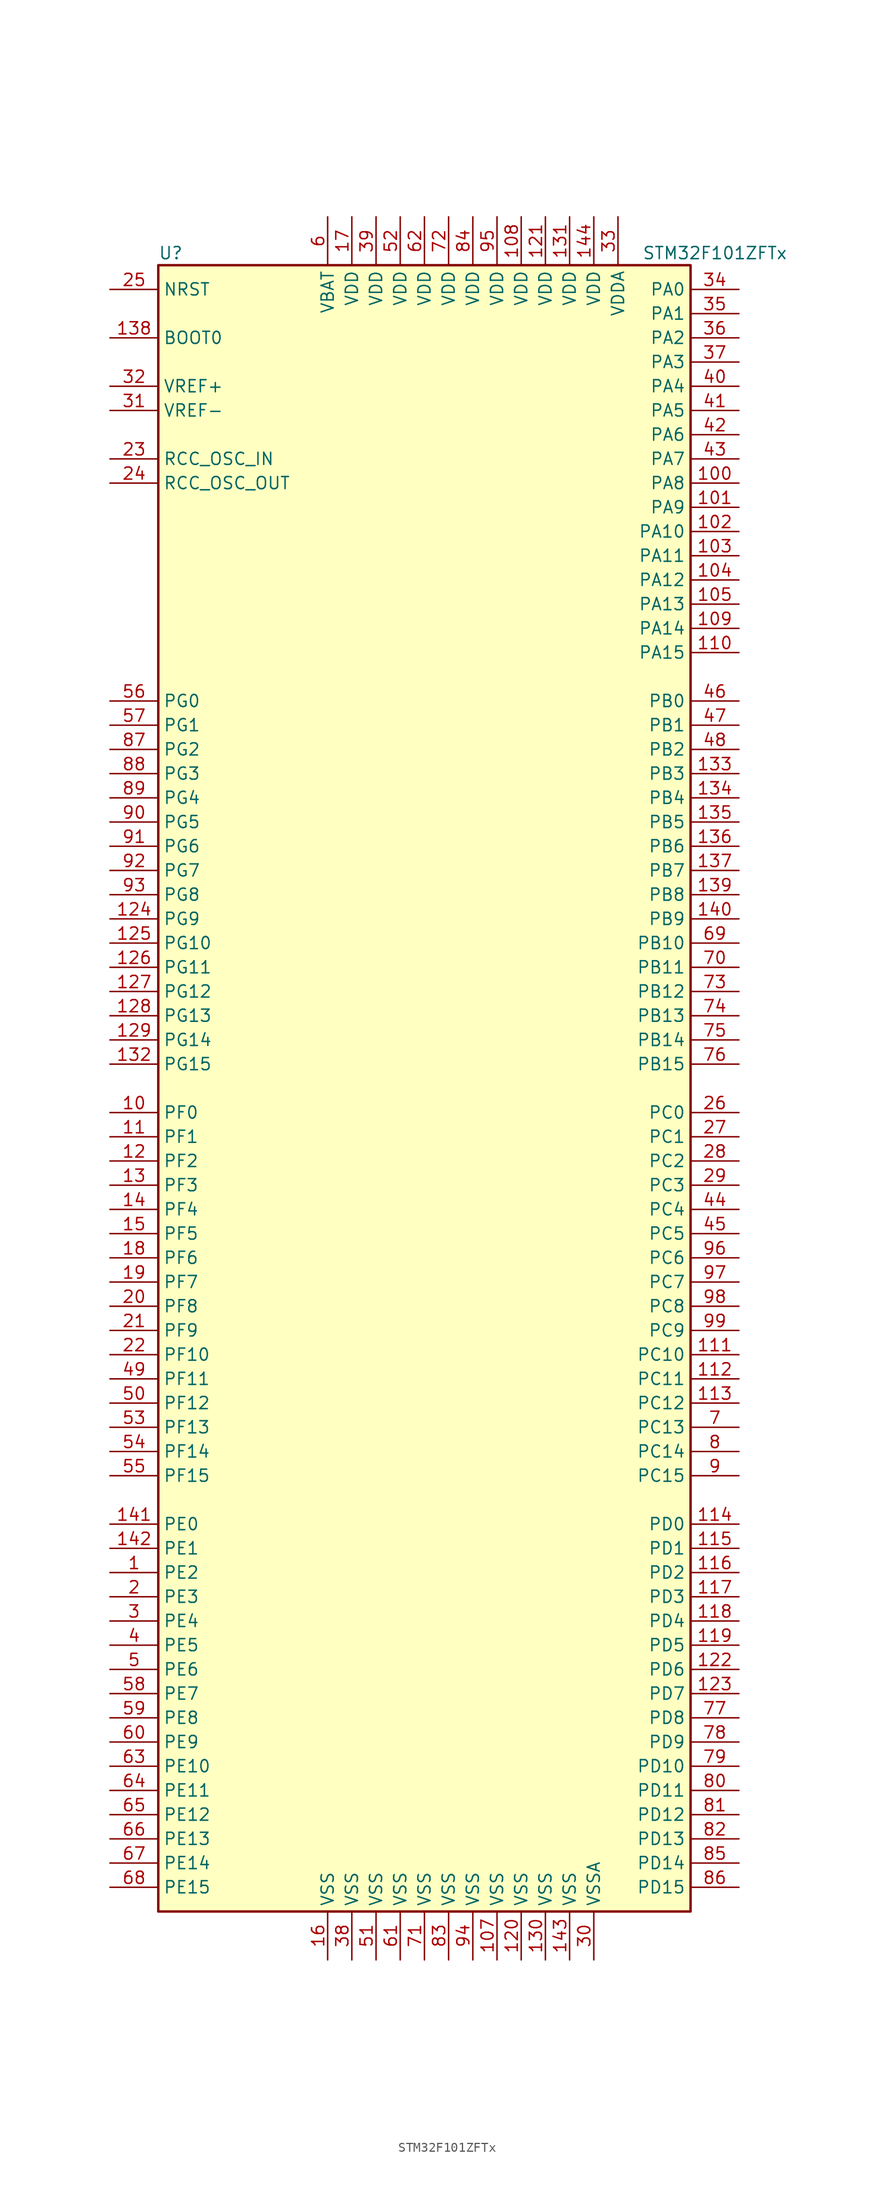
<source format=kicad_sym>
(kicad_symbol_lib
  (version 20200908)
  (generator kicad_symbol_editor)
  (symbol "MCU_ST_STM32F1:STM32F101ZFTx"
    (property "Reference" "U"
      (at -27.94 87.63 0)
      (effects (font (size 1.27 1.27)) (justify left)))
    (property "Value" "STM32F101ZFTx"
      (at 22.86 87.63 0)
      (effects (font (size 1.27 1.27)) (justify left)))
    (symbol "STM32F101ZFTx_0_1"
      (rectangle (start -27.94 -86.36) (end 27.94 86.36) (stroke (width 0.254)) (fill (type background))))
    (symbol "STM32F101ZFTx_1_1"
      (pin input line (at -33.02 78.74 0) (length 5.08) (name "BOOT0" (effects (font (size 1.27 1.27)))) (number "138" (effects (font (size 1.27 1.27)))))
      (pin unconnected line (at -27.94 -83.82 0) (length 5.08) hide (name "NC" (effects (font (size 1.27 1.27)))) (number "106" (effects (font (size 1.27 1.27)))))
      (pin input line (at -33.02 83.82 0) (length 5.08) (name "NRST" (effects (font (size 1.27 1.27)))) (number "25" (effects (font (size 1.27 1.27)))))
      (pin bidirectional line (at 33.02 83.82 180) (length 5.08) (name "PA0" (effects (font (size 1.27 1.27)))) (number "34" (effects (font (size 1.27 1.27)))))
      (pin bidirectional line (at 33.02 81.28 180) (length 5.08) (name "PA1" (effects (font (size 1.27 1.27)))) (number "35" (effects (font (size 1.27 1.27)))))
      (pin bidirectional line (at 33.02 58.42 180) (length 5.08) (name "PA10" (effects (font (size 1.27 1.27)))) (number "102" (effects (font (size 1.27 1.27)))))
      (pin bidirectional line (at 33.02 55.88 180) (length 5.08) (name "PA11" (effects (font (size 1.27 1.27)))) (number "103" (effects (font (size 1.27 1.27)))))
      (pin bidirectional line (at 33.02 53.34 180) (length 5.08) (name "PA12" (effects (font (size 1.27 1.27)))) (number "104" (effects (font (size 1.27 1.27)))))
      (pin bidirectional line (at 33.02 50.8 180) (length 5.08) (name "PA13" (effects (font (size 1.27 1.27)))) (number "105" (effects (font (size 1.27 1.27)))))
      (pin bidirectional line (at 33.02 48.26 180) (length 5.08) (name "PA14" (effects (font (size 1.27 1.27)))) (number "109" (effects (font (size 1.27 1.27)))))
      (pin bidirectional line (at 33.02 45.72 180) (length 5.08) (name "PA15" (effects (font (size 1.27 1.27)))) (number "110" (effects (font (size 1.27 1.27)))))
      (pin bidirectional line (at 33.02 78.74 180) (length 5.08) (name "PA2" (effects (font (size 1.27 1.27)))) (number "36" (effects (font (size 1.27 1.27)))))
      (pin bidirectional line (at 33.02 76.2 180) (length 5.08) (name "PA3" (effects (font (size 1.27 1.27)))) (number "37" (effects (font (size 1.27 1.27)))))
      (pin bidirectional line (at 33.02 73.66 180) (length 5.08) (name "PA4" (effects (font (size 1.27 1.27)))) (number "40" (effects (font (size 1.27 1.27)))))
      (pin bidirectional line (at 33.02 71.12 180) (length 5.08) (name "PA5" (effects (font (size 1.27 1.27)))) (number "41" (effects (font (size 1.27 1.27)))))
      (pin bidirectional line (at 33.02 68.58 180) (length 5.08) (name "PA6" (effects (font (size 1.27 1.27)))) (number "42" (effects (font (size 1.27 1.27)))))
      (pin bidirectional line (at 33.02 66.04 180) (length 5.08) (name "PA7" (effects (font (size 1.27 1.27)))) (number "43" (effects (font (size 1.27 1.27)))))
      (pin bidirectional line (at 33.02 63.5 180) (length 5.08) (name "PA8" (effects (font (size 1.27 1.27)))) (number "100" (effects (font (size 1.27 1.27)))))
      (pin bidirectional line (at 33.02 60.96 180) (length 5.08) (name "PA9" (effects (font (size 1.27 1.27)))) (number "101" (effects (font (size 1.27 1.27)))))
      (pin bidirectional line (at 33.02 40.64 180) (length 5.08) (name "PB0" (effects (font (size 1.27 1.27)))) (number "46" (effects (font (size 1.27 1.27)))))
      (pin bidirectional line (at 33.02 38.1 180) (length 5.08) (name "PB1" (effects (font (size 1.27 1.27)))) (number "47" (effects (font (size 1.27 1.27)))))
      (pin bidirectional line (at 33.02 15.24 180) (length 5.08) (name "PB10" (effects (font (size 1.27 1.27)))) (number "69" (effects (font (size 1.27 1.27)))))
      (pin bidirectional line (at 33.02 12.7 180) (length 5.08) (name "PB11" (effects (font (size 1.27 1.27)))) (number "70" (effects (font (size 1.27 1.27)))))
      (pin bidirectional line (at 33.02 10.16 180) (length 5.08) (name "PB12" (effects (font (size 1.27 1.27)))) (number "73" (effects (font (size 1.27 1.27)))))
      (pin bidirectional line (at 33.02 7.62 180) (length 5.08) (name "PB13" (effects (font (size 1.27 1.27)))) (number "74" (effects (font (size 1.27 1.27)))))
      (pin bidirectional line (at 33.02 5.08 180) (length 5.08) (name "PB14" (effects (font (size 1.27 1.27)))) (number "75" (effects (font (size 1.27 1.27)))))
      (pin bidirectional line (at 33.02 2.54 180) (length 5.08) (name "PB15" (effects (font (size 1.27 1.27)))) (number "76" (effects (font (size 1.27 1.27)))))
      (pin bidirectional line (at 33.02 35.56 180) (length 5.08) (name "PB2" (effects (font (size 1.27 1.27)))) (number "48" (effects (font (size 1.27 1.27)))))
      (pin bidirectional line (at 33.02 33.02 180) (length 5.08) (name "PB3" (effects (font (size 1.27 1.27)))) (number "133" (effects (font (size 1.27 1.27)))))
      (pin bidirectional line (at 33.02 30.48 180) (length 5.08) (name "PB4" (effects (font (size 1.27 1.27)))) (number "134" (effects (font (size 1.27 1.27)))))
      (pin bidirectional line (at 33.02 27.94 180) (length 5.08) (name "PB5" (effects (font (size 1.27 1.27)))) (number "135" (effects (font (size 1.27 1.27)))))
      (pin bidirectional line (at 33.02 25.4 180) (length 5.08) (name "PB6" (effects (font (size 1.27 1.27)))) (number "136" (effects (font (size 1.27 1.27)))))
      (pin bidirectional line (at 33.02 22.86 180) (length 5.08) (name "PB7" (effects (font (size 1.27 1.27)))) (number "137" (effects (font (size 1.27 1.27)))))
      (pin bidirectional line (at 33.02 20.32 180) (length 5.08) (name "PB8" (effects (font (size 1.27 1.27)))) (number "139" (effects (font (size 1.27 1.27)))))
      (pin bidirectional line (at 33.02 17.78 180) (length 5.08) (name "PB9" (effects (font (size 1.27 1.27)))) (number "140" (effects (font (size 1.27 1.27)))))
      (pin bidirectional line (at 33.02 -2.54 180) (length 5.08) (name "PC0" (effects (font (size 1.27 1.27)))) (number "26" (effects (font (size 1.27 1.27)))))
      (pin bidirectional line (at 33.02 -5.08 180) (length 5.08) (name "PC1" (effects (font (size 1.27 1.27)))) (number "27" (effects (font (size 1.27 1.27)))))
      (pin bidirectional line (at 33.02 -27.94 180) (length 5.08) (name "PC10" (effects (font (size 1.27 1.27)))) (number "111" (effects (font (size 1.27 1.27)))))
      (pin bidirectional line (at 33.02 -30.48 180) (length 5.08) (name "PC11" (effects (font (size 1.27 1.27)))) (number "112" (effects (font (size 1.27 1.27)))))
      (pin bidirectional line (at 33.02 -33.02 180) (length 5.08) (name "PC12" (effects (font (size 1.27 1.27)))) (number "113" (effects (font (size 1.27 1.27)))))
      (pin bidirectional line (at 33.02 -35.56 180) (length 5.08) (name "PC13" (effects (font (size 1.27 1.27)))) (number "7" (effects (font (size 1.27 1.27)))))
      (pin bidirectional line (at 33.02 -38.1 180) (length 5.08) (name "PC14" (effects (font (size 1.27 1.27)))) (number "8" (effects (font (size 1.27 1.27)))))
      (pin bidirectional line (at 33.02 -40.64 180) (length 5.08) (name "PC15" (effects (font (size 1.27 1.27)))) (number "9" (effects (font (size 1.27 1.27)))))
      (pin bidirectional line (at 33.02 -7.62 180) (length 5.08) (name "PC2" (effects (font (size 1.27 1.27)))) (number "28" (effects (font (size 1.27 1.27)))))
      (pin bidirectional line (at 33.02 -10.16 180) (length 5.08) (name "PC3" (effects (font (size 1.27 1.27)))) (number "29" (effects (font (size 1.27 1.27)))))
      (pin bidirectional line (at 33.02 -12.7 180) (length 5.08) (name "PC4" (effects (font (size 1.27 1.27)))) (number "44" (effects (font (size 1.27 1.27)))))
      (pin bidirectional line (at 33.02 -15.24 180) (length 5.08) (name "PC5" (effects (font (size 1.27 1.27)))) (number "45" (effects (font (size 1.27 1.27)))))
      (pin bidirectional line (at 33.02 -17.78 180) (length 5.08) (name "PC6" (effects (font (size 1.27 1.27)))) (number "96" (effects (font (size 1.27 1.27)))))
      (pin bidirectional line (at 33.02 -20.32 180) (length 5.08) (name "PC7" (effects (font (size 1.27 1.27)))) (number "97" (effects (font (size 1.27 1.27)))))
      (pin bidirectional line (at 33.02 -22.86 180) (length 5.08) (name "PC8" (effects (font (size 1.27 1.27)))) (number "98" (effects (font (size 1.27 1.27)))))
      (pin bidirectional line (at 33.02 -25.4 180) (length 5.08) (name "PC9" (effects (font (size 1.27 1.27)))) (number "99" (effects (font (size 1.27 1.27)))))
      (pin bidirectional line (at 33.02 -45.72 180) (length 5.08) (name "PD0" (effects (font (size 1.27 1.27)))) (number "114" (effects (font (size 1.27 1.27)))))
      (pin bidirectional line (at 33.02 -48.26 180) (length 5.08) (name "PD1" (effects (font (size 1.27 1.27)))) (number "115" (effects (font (size 1.27 1.27)))))
      (pin bidirectional line (at 33.02 -71.12 180) (length 5.08) (name "PD10" (effects (font (size 1.27 1.27)))) (number "79" (effects (font (size 1.27 1.27)))))
      (pin bidirectional line (at 33.02 -73.66 180) (length 5.08) (name "PD11" (effects (font (size 1.27 1.27)))) (number "80" (effects (font (size 1.27 1.27)))))
      (pin bidirectional line (at 33.02 -76.2 180) (length 5.08) (name "PD12" (effects (font (size 1.27 1.27)))) (number "81" (effects (font (size 1.27 1.27)))))
      (pin bidirectional line (at 33.02 -78.74 180) (length 5.08) (name "PD13" (effects (font (size 1.27 1.27)))) (number "82" (effects (font (size 1.27 1.27)))))
      (pin bidirectional line (at 33.02 -81.28 180) (length 5.08) (name "PD14" (effects (font (size 1.27 1.27)))) (number "85" (effects (font (size 1.27 1.27)))))
      (pin bidirectional line (at 33.02 -83.82 180) (length 5.08) (name "PD15" (effects (font (size 1.27 1.27)))) (number "86" (effects (font (size 1.27 1.27)))))
      (pin bidirectional line (at 33.02 -50.8 180) (length 5.08) (name "PD2" (effects (font (size 1.27 1.27)))) (number "116" (effects (font (size 1.27 1.27)))))
      (pin bidirectional line (at 33.02 -53.34 180) (length 5.08) (name "PD3" (effects (font (size 1.27 1.27)))) (number "117" (effects (font (size 1.27 1.27)))))
      (pin bidirectional line (at 33.02 -55.88 180) (length 5.08) (name "PD4" (effects (font (size 1.27 1.27)))) (number "118" (effects (font (size 1.27 1.27)))))
      (pin bidirectional line (at 33.02 -58.42 180) (length 5.08) (name "PD5" (effects (font (size 1.27 1.27)))) (number "119" (effects (font (size 1.27 1.27)))))
      (pin bidirectional line (at 33.02 -60.96 180) (length 5.08) (name "PD6" (effects (font (size 1.27 1.27)))) (number "122" (effects (font (size 1.27 1.27)))))
      (pin bidirectional line (at 33.02 -63.5 180) (length 5.08) (name "PD7" (effects (font (size 1.27 1.27)))) (number "123" (effects (font (size 1.27 1.27)))))
      (pin bidirectional line (at 33.02 -66.04 180) (length 5.08) (name "PD8" (effects (font (size 1.27 1.27)))) (number "77" (effects (font (size 1.27 1.27)))))
      (pin bidirectional line (at 33.02 -68.58 180) (length 5.08) (name "PD9" (effects (font (size 1.27 1.27)))) (number "78" (effects (font (size 1.27 1.27)))))
      (pin bidirectional line (at -33.02 -45.72 0) (length 5.08) (name "PE0" (effects (font (size 1.27 1.27)))) (number "141" (effects (font (size 1.27 1.27)))))
      (pin bidirectional line (at -33.02 -48.26 0) (length 5.08) (name "PE1" (effects (font (size 1.27 1.27)))) (number "142" (effects (font (size 1.27 1.27)))))
      (pin bidirectional line (at -33.02 -71.12 0) (length 5.08) (name "PE10" (effects (font (size 1.27 1.27)))) (number "63" (effects (font (size 1.27 1.27)))))
      (pin bidirectional line (at -33.02 -73.66 0) (length 5.08) (name "PE11" (effects (font (size 1.27 1.27)))) (number "64" (effects (font (size 1.27 1.27)))))
      (pin bidirectional line (at -33.02 -76.2 0) (length 5.08) (name "PE12" (effects (font (size 1.27 1.27)))) (number "65" (effects (font (size 1.27 1.27)))))
      (pin bidirectional line (at -33.02 -78.74 0) (length 5.08) (name "PE13" (effects (font (size 1.27 1.27)))) (number "66" (effects (font (size 1.27 1.27)))))
      (pin bidirectional line (at -33.02 -81.28 0) (length 5.08) (name "PE14" (effects (font (size 1.27 1.27)))) (number "67" (effects (font (size 1.27 1.27)))))
      (pin bidirectional line (at -33.02 -83.82 0) (length 5.08) (name "PE15" (effects (font (size 1.27 1.27)))) (number "68" (effects (font (size 1.27 1.27)))))
      (pin bidirectional line (at -33.02 -50.8 0) (length 5.08) (name "PE2" (effects (font (size 1.27 1.27)))) (number "1" (effects (font (size 1.27 1.27)))))
      (pin bidirectional line (at -33.02 -53.34 0) (length 5.08) (name "PE3" (effects (font (size 1.27 1.27)))) (number "2" (effects (font (size 1.27 1.27)))))
      (pin bidirectional line (at -33.02 -55.88 0) (length 5.08) (name "PE4" (effects (font (size 1.27 1.27)))) (number "3" (effects (font (size 1.27 1.27)))))
      (pin bidirectional line (at -33.02 -58.42 0) (length 5.08) (name "PE5" (effects (font (size 1.27 1.27)))) (number "4" (effects (font (size 1.27 1.27)))))
      (pin bidirectional line (at -33.02 -60.96 0) (length 5.08) (name "PE6" (effects (font (size 1.27 1.27)))) (number "5" (effects (font (size 1.27 1.27)))))
      (pin bidirectional line (at -33.02 -63.5 0) (length 5.08) (name "PE7" (effects (font (size 1.27 1.27)))) (number "58" (effects (font (size 1.27 1.27)))))
      (pin bidirectional line (at -33.02 -66.04 0) (length 5.08) (name "PE8" (effects (font (size 1.27 1.27)))) (number "59" (effects (font (size 1.27 1.27)))))
      (pin bidirectional line (at -33.02 -68.58 0) (length 5.08) (name "PE9" (effects (font (size 1.27 1.27)))) (number "60" (effects (font (size 1.27 1.27)))))
      (pin bidirectional line (at -33.02 -2.54 0) (length 5.08) (name "PF0" (effects (font (size 1.27 1.27)))) (number "10" (effects (font (size 1.27 1.27)))))
      (pin bidirectional line (at -33.02 -5.08 0) (length 5.08) (name "PF1" (effects (font (size 1.27 1.27)))) (number "11" (effects (font (size 1.27 1.27)))))
      (pin bidirectional line (at -33.02 -27.94 0) (length 5.08) (name "PF10" (effects (font (size 1.27 1.27)))) (number "22" (effects (font (size 1.27 1.27)))))
      (pin bidirectional line (at -33.02 -30.48 0) (length 5.08) (name "PF11" (effects (font (size 1.27 1.27)))) (number "49" (effects (font (size 1.27 1.27)))))
      (pin bidirectional line (at -33.02 -33.02 0) (length 5.08) (name "PF12" (effects (font (size 1.27 1.27)))) (number "50" (effects (font (size 1.27 1.27)))))
      (pin bidirectional line (at -33.02 -35.56 0) (length 5.08) (name "PF13" (effects (font (size 1.27 1.27)))) (number "53" (effects (font (size 1.27 1.27)))))
      (pin bidirectional line (at -33.02 -38.1 0) (length 5.08) (name "PF14" (effects (font (size 1.27 1.27)))) (number "54" (effects (font (size 1.27 1.27)))))
      (pin bidirectional line (at -33.02 -40.64 0) (length 5.08) (name "PF15" (effects (font (size 1.27 1.27)))) (number "55" (effects (font (size 1.27 1.27)))))
      (pin bidirectional line (at -33.02 -7.62 0) (length 5.08) (name "PF2" (effects (font (size 1.27 1.27)))) (number "12" (effects (font (size 1.27 1.27)))))
      (pin bidirectional line (at -33.02 -10.16 0) (length 5.08) (name "PF3" (effects (font (size 1.27 1.27)))) (number "13" (effects (font (size 1.27 1.27)))))
      (pin bidirectional line (at -33.02 -12.7 0) (length 5.08) (name "PF4" (effects (font (size 1.27 1.27)))) (number "14" (effects (font (size 1.27 1.27)))))
      (pin bidirectional line (at -33.02 -15.24 0) (length 5.08) (name "PF5" (effects (font (size 1.27 1.27)))) (number "15" (effects (font (size 1.27 1.27)))))
      (pin bidirectional line (at -33.02 -17.78 0) (length 5.08) (name "PF6" (effects (font (size 1.27 1.27)))) (number "18" (effects (font (size 1.27 1.27)))))
      (pin bidirectional line (at -33.02 -20.32 0) (length 5.08) (name "PF7" (effects (font (size 1.27 1.27)))) (number "19" (effects (font (size 1.27 1.27)))))
      (pin bidirectional line (at -33.02 -22.86 0) (length 5.08) (name "PF8" (effects (font (size 1.27 1.27)))) (number "20" (effects (font (size 1.27 1.27)))))
      (pin bidirectional line (at -33.02 -25.4 0) (length 5.08) (name "PF9" (effects (font (size 1.27 1.27)))) (number "21" (effects (font (size 1.27 1.27)))))
      (pin bidirectional line (at -33.02 40.64 0) (length 5.08) (name "PG0" (effects (font (size 1.27 1.27)))) (number "56" (effects (font (size 1.27 1.27)))))
      (pin bidirectional line (at -33.02 38.1 0) (length 5.08) (name "PG1" (effects (font (size 1.27 1.27)))) (number "57" (effects (font (size 1.27 1.27)))))
      (pin bidirectional line (at -33.02 15.24 0) (length 5.08) (name "PG10" (effects (font (size 1.27 1.27)))) (number "125" (effects (font (size 1.27 1.27)))))
      (pin bidirectional line (at -33.02 12.7 0) (length 5.08) (name "PG11" (effects (font (size 1.27 1.27)))) (number "126" (effects (font (size 1.27 1.27)))))
      (pin bidirectional line (at -33.02 10.16 0) (length 5.08) (name "PG12" (effects (font (size 1.27 1.27)))) (number "127" (effects (font (size 1.27 1.27)))))
      (pin bidirectional line (at -33.02 7.62 0) (length 5.08) (name "PG13" (effects (font (size 1.27 1.27)))) (number "128" (effects (font (size 1.27 1.27)))))
      (pin bidirectional line (at -33.02 5.08 0) (length 5.08) (name "PG14" (effects (font (size 1.27 1.27)))) (number "129" (effects (font (size 1.27 1.27)))))
      (pin bidirectional line (at -33.02 2.54 0) (length 5.08) (name "PG15" (effects (font (size 1.27 1.27)))) (number "132" (effects (font (size 1.27 1.27)))))
      (pin bidirectional line (at -33.02 35.56 0) (length 5.08) (name "PG2" (effects (font (size 1.27 1.27)))) (number "87" (effects (font (size 1.27 1.27)))))
      (pin bidirectional line (at -33.02 33.02 0) (length 5.08) (name "PG3" (effects (font (size 1.27 1.27)))) (number "88" (effects (font (size 1.27 1.27)))))
      (pin bidirectional line (at -33.02 30.48 0) (length 5.08) (name "PG4" (effects (font (size 1.27 1.27)))) (number "89" (effects (font (size 1.27 1.27)))))
      (pin bidirectional line (at -33.02 27.94 0) (length 5.08) (name "PG5" (effects (font (size 1.27 1.27)))) (number "90" (effects (font (size 1.27 1.27)))))
      (pin bidirectional line (at -33.02 25.4 0) (length 5.08) (name "PG6" (effects (font (size 1.27 1.27)))) (number "91" (effects (font (size 1.27 1.27)))))
      (pin bidirectional line (at -33.02 22.86 0) (length 5.08) (name "PG7" (effects (font (size 1.27 1.27)))) (number "92" (effects (font (size 1.27 1.27)))))
      (pin bidirectional line (at -33.02 20.32 0) (length 5.08) (name "PG8" (effects (font (size 1.27 1.27)))) (number "93" (effects (font (size 1.27 1.27)))))
      (pin bidirectional line (at -33.02 17.78 0) (length 5.08) (name "PG9" (effects (font (size 1.27 1.27)))) (number "124" (effects (font (size 1.27 1.27)))))
      (pin input line (at -33.02 66.04 0) (length 5.08) (name "RCC_OSC_IN" (effects (font (size 1.27 1.27)))) (number "23" (effects (font (size 1.27 1.27)))))
      (pin input line (at -33.02 63.5 0) (length 5.08) (name "RCC_OSC_OUT" (effects (font (size 1.27 1.27)))) (number "24" (effects (font (size 1.27 1.27)))))
      (pin power_in line (at -10.16 91.44 270) (length 5.08) (name "VBAT" (effects (font (size 1.27 1.27)))) (number "6" (effects (font (size 1.27 1.27)))))
      (pin power_in line (at 10.16 91.44 270) (length 5.08) (name "VDD" (effects (font (size 1.27 1.27)))) (number "108" (effects (font (size 1.27 1.27)))))
      (pin power_in line (at 12.7 91.44 270) (length 5.08) (name "VDD" (effects (font (size 1.27 1.27)))) (number "121" (effects (font (size 1.27 1.27)))))
      (pin power_in line (at 15.24 91.44 270) (length 5.08) (name "VDD" (effects (font (size 1.27 1.27)))) (number "131" (effects (font (size 1.27 1.27)))))
      (pin power_in line (at 17.78 91.44 270) (length 5.08) (name "VDD" (effects (font (size 1.27 1.27)))) (number "144" (effects (font (size 1.27 1.27)))))
      (pin power_in line (at -7.62 91.44 270) (length 5.08) (name "VDD" (effects (font (size 1.27 1.27)))) (number "17" (effects (font (size 1.27 1.27)))))
      (pin power_in line (at -5.08 91.44 270) (length 5.08) (name "VDD" (effects (font (size 1.27 1.27)))) (number "39" (effects (font (size 1.27 1.27)))))
      (pin power_in line (at -2.54 91.44 270) (length 5.08) (name "VDD" (effects (font (size 1.27 1.27)))) (number "52" (effects (font (size 1.27 1.27)))))
      (pin power_in line (at 0 91.44 270) (length 5.08) (name "VDD" (effects (font (size 1.27 1.27)))) (number "62" (effects (font (size 1.27 1.27)))))
      (pin power_in line (at 2.54 91.44 270) (length 5.08) (name "VDD" (effects (font (size 1.27 1.27)))) (number "72" (effects (font (size 1.27 1.27)))))
      (pin power_in line (at 5.08 91.44 270) (length 5.08) (name "VDD" (effects (font (size 1.27 1.27)))) (number "84" (effects (font (size 1.27 1.27)))))
      (pin power_in line (at 7.62 91.44 270) (length 5.08) (name "VDD" (effects (font (size 1.27 1.27)))) (number "95" (effects (font (size 1.27 1.27)))))
      (pin power_in line (at 20.32 91.44 270) (length 5.08) (name "VDDA" (effects (font (size 1.27 1.27)))) (number "33" (effects (font (size 1.27 1.27)))))
      (pin power_in line (at -33.02 73.66 0) (length 5.08) (name "VREF+" (effects (font (size 1.27 1.27)))) (number "32" (effects (font (size 1.27 1.27)))))
      (pin power_in line (at -33.02 71.12 0) (length 5.08) (name "VREF-" (effects (font (size 1.27 1.27)))) (number "31" (effects (font (size 1.27 1.27)))))
      (pin power_in line (at 7.62 -91.44 90) (length 5.08) (name "VSS" (effects (font (size 1.27 1.27)))) (number "107" (effects (font (size 1.27 1.27)))))
      (pin power_in line (at 10.16 -91.44 90) (length 5.08) (name "VSS" (effects (font (size 1.27 1.27)))) (number "120" (effects (font (size 1.27 1.27)))))
      (pin power_in line (at 12.7 -91.44 90) (length 5.08) (name "VSS" (effects (font (size 1.27 1.27)))) (number "130" (effects (font (size 1.27 1.27)))))
      (pin power_in line (at 15.24 -91.44 90) (length 5.08) (name "VSS" (effects (font (size 1.27 1.27)))) (number "143" (effects (font (size 1.27 1.27)))))
      (pin power_in line (at -10.16 -91.44 90) (length 5.08) (name "VSS" (effects (font (size 1.27 1.27)))) (number "16" (effects (font (size 1.27 1.27)))))
      (pin power_in line (at -7.62 -91.44 90) (length 5.08) (name "VSS" (effects (font (size 1.27 1.27)))) (number "38" (effects (font (size 1.27 1.27)))))
      (pin power_in line (at -5.08 -91.44 90) (length 5.08) (name "VSS" (effects (font (size 1.27 1.27)))) (number "51" (effects (font (size 1.27 1.27)))))
      (pin power_in line (at -2.54 -91.44 90) (length 5.08) (name "VSS" (effects (font (size 1.27 1.27)))) (number "61" (effects (font (size 1.27 1.27)))))
      (pin power_in line (at 0 -91.44 90) (length 5.08) (name "VSS" (effects (font (size 1.27 1.27)))) (number "71" (effects (font (size 1.27 1.27)))))
      (pin power_in line (at 2.54 -91.44 90) (length 5.08) (name "VSS" (effects (font (size 1.27 1.27)))) (number "83" (effects (font (size 1.27 1.27)))))
      (pin power_in line (at 5.08 -91.44 90) (length 5.08) (name "VSS" (effects (font (size 1.27 1.27)))) (number "94" (effects (font (size 1.27 1.27)))))
      (pin power_in line (at 17.78 -91.44 90) (length 5.08) (name "VSSA" (effects (font (size 1.27 1.27)))) (number "30" (effects (font (size 1.27 1.27))))))))
</source>
